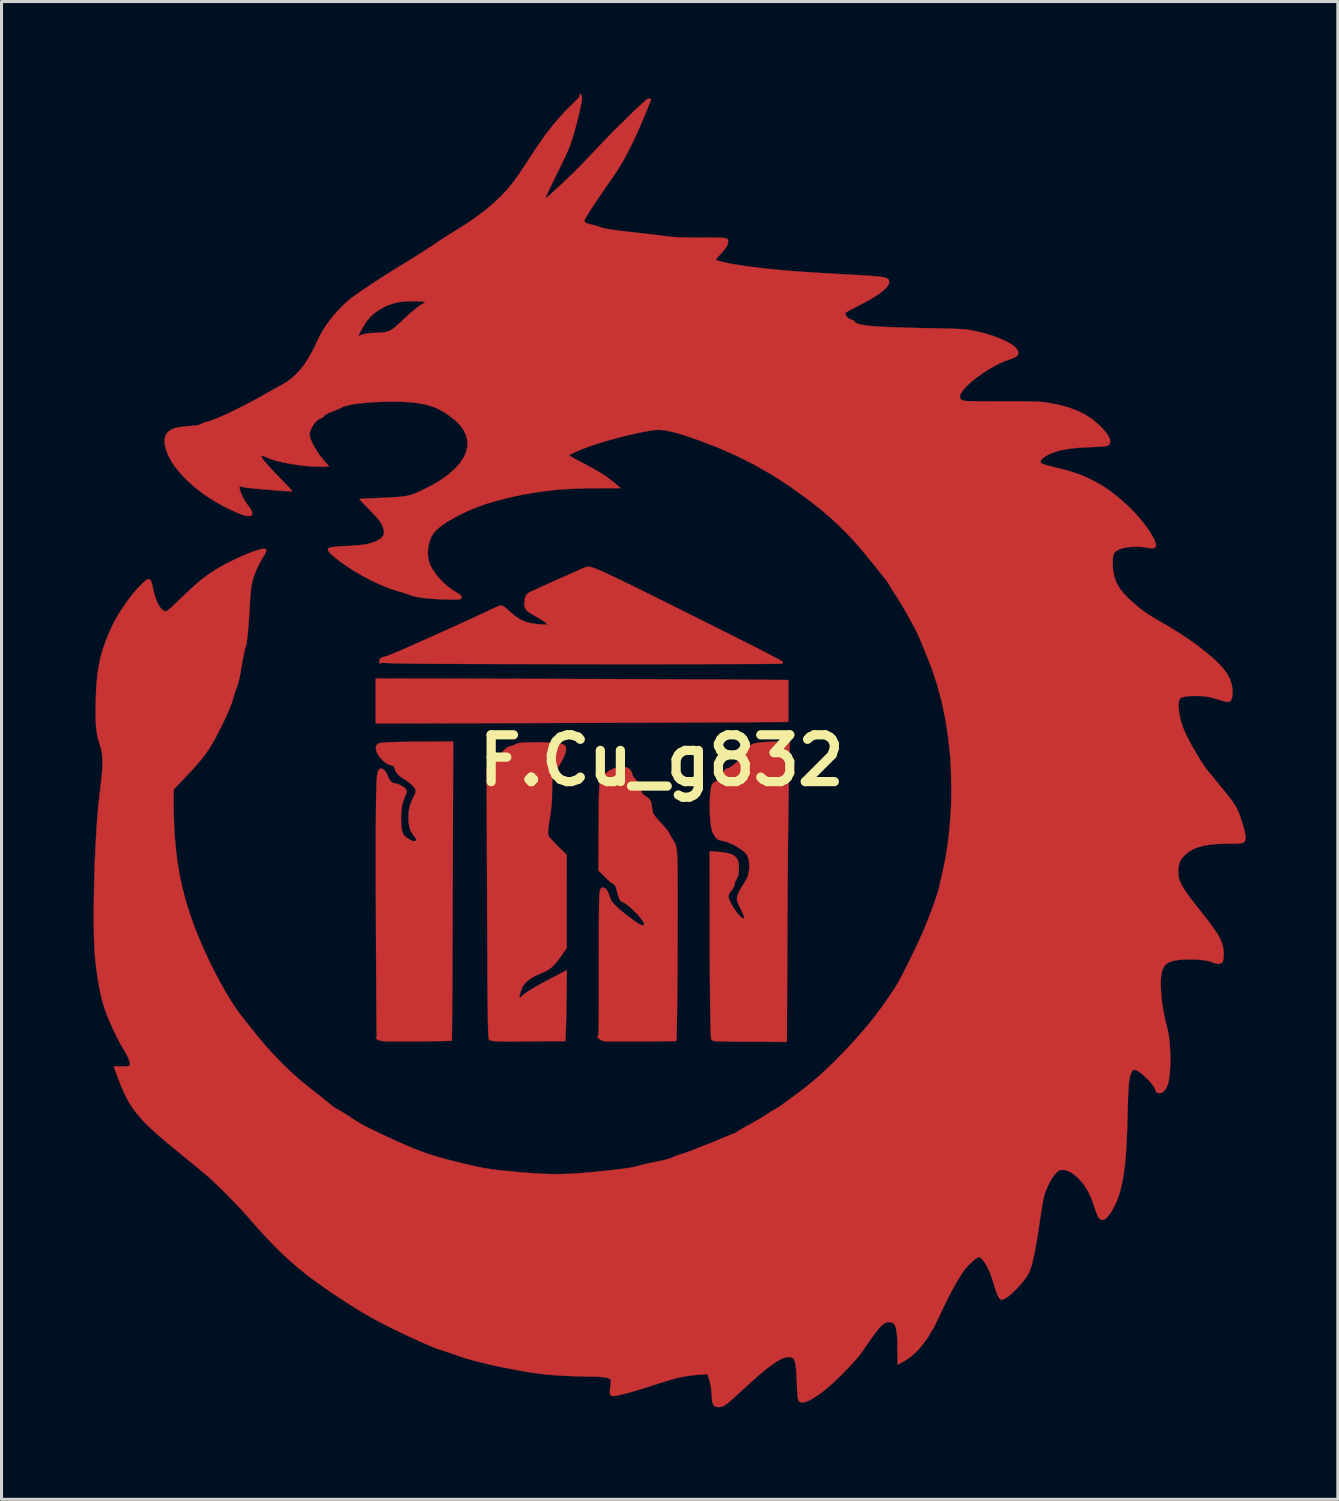
<source format=kicad_pcb>
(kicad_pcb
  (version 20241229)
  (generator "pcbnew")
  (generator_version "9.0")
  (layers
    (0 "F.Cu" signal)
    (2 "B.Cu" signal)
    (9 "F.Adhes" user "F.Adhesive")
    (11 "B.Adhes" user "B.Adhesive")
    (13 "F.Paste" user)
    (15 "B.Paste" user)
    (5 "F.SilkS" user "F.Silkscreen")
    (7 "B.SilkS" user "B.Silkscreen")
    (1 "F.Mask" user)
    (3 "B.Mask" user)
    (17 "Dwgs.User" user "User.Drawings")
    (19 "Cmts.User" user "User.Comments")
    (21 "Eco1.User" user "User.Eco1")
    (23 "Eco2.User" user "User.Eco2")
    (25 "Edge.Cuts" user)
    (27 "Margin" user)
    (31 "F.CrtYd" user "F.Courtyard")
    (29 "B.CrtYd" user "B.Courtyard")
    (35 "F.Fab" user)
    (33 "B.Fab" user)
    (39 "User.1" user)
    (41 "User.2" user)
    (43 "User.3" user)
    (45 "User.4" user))
  (footprint "F.Cu_g832"
    (layer "F.Cu")
    (at 18.499 21.718)
    (property "Reference" "F.Cu_g832" (at 0 0 0) (layer "F.SilkS") (effects (font (size 1.524 1.524) (thickness 0.3))))
    (attr through_hole)
    (fp_poly (pts (xy -4.228 -2.657) (xy -3.743 -2.656) (xy -3.256 -2.654) (xy -2.769 -2.653) (xy -2.287 -2.652) (xy -1.81 -2.65) (xy -1.343 -2.649) (xy -0.887 -2.647) (xy -0.446 -2.646) (xy -0.021 -2.644) (xy 0.383 -2.643) (xy 0.765 -2.641) (xy 1.122 -2.64) (xy 1.451 -2.638) (xy 1.75 -2.637) (xy 2.015 -2.635) (xy 2.244 -2.634) (xy 2.435 -2.633) (xy 2.492 -2.632) (xy 4.128 -2.62) (xy 4.128 -1.254) (xy 1.815 -1.241) (xy 1.552 -1.24) (xy 1.251 -1.238) (xy 0.914 -1.237) (xy 0.546 -1.235) (xy 0.15 -1.234) (xy -0.27 -1.232) (xy -0.711 -1.23) (xy -1.169 -1.229) (xy -1.64 -1.227) (xy -2.122 -1.225) (xy -2.609 -1.224) (xy -3.1 -1.222) (xy -3.589 -1.221) (xy -4.074 -1.219) (xy -4.551 -1.218) (xy -4.905 -1.217) (xy -9.313 -1.206) (xy -9.313 -2.669) (xy -4.228 -2.657)) (stroke (width 0.01) (type solid)) (fill yes) (layer "F.Cu"))
    (fp_poly (pts (xy -3.94 -0.589) (xy -3.777 -0.585) (xy -3.632 -0.579) (xy -3.562 -0.575) (xy -3.41 -0.561) (xy -3.295 -0.544) (xy -3.214 -0.523) (xy -3.16 -0.498) (xy -3.13 -0.465) (xy -3.125 -0.454) (xy -3.111 -0.367) (xy -3.13 -0.257) (xy -3.18 -0.122) (xy -3.262 0.038) (xy -3.372 0.216) (xy -3.433 0.309) (xy -3.479 0.383) (xy -3.513 0.445) (xy -3.536 0.505) (xy -3.551 0.569) (xy -3.56 0.646) (xy -3.564 0.744) (xy -3.566 0.87) (xy -3.567 0.984) (xy -3.57 1.162) (xy -3.575 1.31) (xy -3.584 1.441) (xy -3.597 1.568) (xy -3.616 1.704) (xy -3.629 1.789) (xy -3.656 1.966) (xy -3.677 2.108) (xy -3.691 2.217) (xy -3.698 2.301) (xy -3.7 2.363) (xy -3.696 2.41) (xy -3.687 2.445) (xy -3.677 2.467) (xy -3.652 2.502) (xy -3.602 2.56) (xy -3.533 2.635) (xy -3.449 2.722) (xy -3.368 2.804) (xy -3.09 3.079) (xy -3.091 6.107) (xy -3.23 6.308) (xy -3.343 6.465) (xy -3.442 6.591) (xy -3.532 6.69) (xy -3.62 6.769) (xy -3.712 6.831) (xy -3.813 6.884) (xy -3.909 6.924) (xy -4.114 7.014) (xy -4.284 7.114) (xy -4.418 7.222) (xy -4.512 7.336) (xy -4.536 7.378) (xy -4.558 7.431) (xy -4.583 7.506) (xy -4.607 7.589) (xy -4.625 7.665) (xy -4.635 7.719) (xy -4.636 7.728) (xy -4.622 7.731) (xy -4.588 7.708) (xy -4.556 7.68) (xy -4.492 7.624) (xy -4.414 7.565) (xy -4.317 7.5) (xy -4.199 7.427) (xy -4.055 7.344) (xy -3.883 7.249) (xy -3.678 7.14) (xy -3.485 7.038) (xy -3.085 6.831) (xy -3.099 7.771) (xy -3.102 7.975) (xy -3.105 8.175) (xy -3.109 8.364) (xy -3.113 8.536) (xy -3.116 8.685) (xy -3.12 8.807) (xy -3.123 8.895) (xy -3.124 8.927) (xy -3.137 9.144) (xy -3.565 9.144) (xy -3.713 9.144) (xy -3.89 9.145) (xy -4.085 9.147) (xy -4.284 9.149) (xy -4.474 9.151) (xy -4.563 9.153) (xy -4.729 9.154) (xy -4.894 9.155) (xy -5.05 9.154) (xy -5.188 9.153) (xy -5.299 9.15) (xy -5.359 9.147) (xy -5.472 9.138) (xy -5.556 9.126) (xy -5.605 9.111) (xy -5.613 9.106) (xy -5.619 9.097) (xy -5.625 9.08) (xy -5.63 9.055) (xy -5.635 9.019) (xy -5.639 8.972) (xy -5.643 8.91) (xy -5.647 8.834) (xy -5.65 8.74) (xy -5.654 8.628) (xy -5.657 8.496) (xy -5.659 8.343) (xy -5.662 8.166) (xy -5.664 7.964) (xy -5.667 7.736) (xy -5.669 7.48) (xy -5.671 7.194) (xy -5.673 6.876) (xy -5.675 6.526) (xy -5.677 6.142) (xy -5.678 5.721) (xy -5.68 5.263) (xy -5.682 4.765) (xy -5.684 4.286) (xy -5.699 0.222) (xy -5.594 0.143) (xy -5.493 0.057) (xy -5.377 -0.059) (xy -5.243 -0.208) (xy -5.188 -0.274) (xy -5.096 -0.371) (xy -5.01 -0.436) (xy -4.934 -0.464) (xy -4.918 -0.466) (xy -4.874 -0.475) (xy -4.811 -0.5) (xy -4.764 -0.522) (xy -4.724 -0.541) (xy -4.687 -0.556) (xy -4.643 -0.567) (xy -4.588 -0.574) (xy -4.512 -0.579) (xy -4.41 -0.583) (xy -4.273 -0.587) (xy -4.26 -0.587) (xy -4.106 -0.589) (xy -3.94 -0.589)) (stroke (width 0.01) (type solid)) (fill yes) (layer "F.Cu"))
    (fp_poly (pts (xy 4.162 -0.143) (xy 4.154 0.124) (xy 4.148 0.432) (xy 4.141 0.781) (xy 4.135 1.17) (xy 4.129 1.599) (xy 4.123 2.066) (xy 4.117 2.572) (xy 4.112 3.115) (xy 4.108 3.694) (xy 4.103 4.31) (xy 4.099 4.96) (xy 4.095 5.645) (xy 4.094 6.018) (xy 4.079 9.168) (xy 2.934 9.163) (xy 2.715 9.161) (xy 2.507 9.159) (xy 2.314 9.157) (xy 2.141 9.154) (xy 1.991 9.151) (xy 1.868 9.148) (xy 1.777 9.144) (xy 1.723 9.14) (xy 1.711 9.138) (xy 1.656 9.117) (xy 1.621 9.089) (xy 1.619 9.084) (xy 1.612 9.047) (xy 1.606 8.97) (xy 1.601 8.852) (xy 1.596 8.696) (xy 1.591 8.503) (xy 1.586 8.274) (xy 1.582 8.011) (xy 1.579 7.714) (xy 1.576 7.386) (xy 1.573 7.026) (xy 1.571 6.638) (xy 1.569 6.221) (xy 1.568 5.778) (xy 1.568 5.309) (xy 1.568 5.294) (xy 1.566 2.958) (xy 1.783 2.972) (xy 1.986 2.99) (xy 2.15 3.018) (xy 2.279 3.057) (xy 2.376 3.11) (xy 2.445 3.182) (xy 2.489 3.273) (xy 2.512 3.387) (xy 2.516 3.527) (xy 2.515 3.567) (xy 2.509 3.665) (xy 2.5 3.733) (xy 2.485 3.783) (xy 2.461 3.828) (xy 2.449 3.846) (xy 2.414 3.907) (xy 2.394 3.963) (xy 2.391 3.98) (xy 2.38 4.044) (xy 2.35 4.119) (xy 2.313 4.189) (xy 2.277 4.232) (xy 2.223 4.298) (xy 2.188 4.384) (xy 2.18 4.442) (xy 2.192 4.505) (xy 2.226 4.588) (xy 2.275 4.684) (xy 2.337 4.786) (xy 2.404 4.887) (xy 2.474 4.981) (xy 2.541 5.059) (xy 2.601 5.115) (xy 2.648 5.142) (xy 2.658 5.144) (xy 2.682 5.133) (xy 2.685 5.098) (xy 2.668 5.038) (xy 2.63 4.947) (xy 2.569 4.824) (xy 2.569 4.824) (xy 2.508 4.701) (xy 2.47 4.607) (xy 2.452 4.538) (xy 2.45 4.511) (xy 2.465 4.418) (xy 2.512 4.298) (xy 2.588 4.153) (xy 2.683 4.002) (xy 2.755 3.885) (xy 2.802 3.787) (xy 2.83 3.695) (xy 2.83 3.694) (xy 2.854 3.526) (xy 2.855 3.367) (xy 2.834 3.225) (xy 2.793 3.106) (xy 2.746 3.034) (xy 2.654 2.947) (xy 2.532 2.859) (xy 2.394 2.776) (xy 2.25 2.705) (xy 2.114 2.652) (xy 2.012 2.627) (xy 1.933 2.61) (xy 1.865 2.589) (xy 1.83 2.573) (xy 1.756 2.504) (xy 1.69 2.406) (xy 1.643 2.297) (xy 1.618 2.192) (xy 1.597 2.06) (xy 1.582 1.907) (xy 1.572 1.74) (xy 1.567 1.566) (xy 1.568 1.392) (xy 1.574 1.225) (xy 1.585 1.073) (xy 1.601 0.941) (xy 1.622 0.839) (xy 1.648 0.773) (xy 1.692 0.722) (xy 1.749 0.688) (xy 1.749 0.688) (xy 1.81 0.663) (xy 1.856 0.627) (xy 1.898 0.571) (xy 1.943 0.485) (xy 1.948 0.475) (xy 2.008 0.37) (xy 2.07 0.297) (xy 2.132 0.258) (xy 2.16 0.254) (xy 2.201 0.24) (xy 2.264 0.202) (xy 2.341 0.146) (xy 2.424 0.077) (xy 2.505 0.003) (xy 2.555 -0.048) (xy 2.619 -0.124) (xy 2.678 -0.209) (xy 2.717 -0.279) (xy 2.79 -0.403) (xy 2.884 -0.493) (xy 2.972 -0.54) (xy 3.042 -0.56) (xy 3.148 -0.577) (xy 3.286 -0.592) (xy 3.45 -0.603) (xy 3.635 -0.61) (xy 3.834 -0.613) (xy 3.861 -0.613) (xy 4.176 -0.614) (xy 4.162 -0.143)) (stroke (width 0.01) (type solid)) (fill yes) (layer "F.Cu"))
    (fp_poly (pts (xy -2.362 -6.306) (xy -2.33 -6.302) (xy -2.293 -6.294) (xy -2.248 -6.282) (xy -2.195 -6.264) (xy -2.132 -6.24) (xy -2.056 -6.209) (xy -1.967 -6.171) (xy -1.862 -6.124) (xy -1.74 -6.068) (xy -1.599 -6.001) (xy -1.438 -5.924) (xy -1.254 -5.836) (xy -1.047 -5.735) (xy -0.815 -5.62) (xy -0.555 -5.492) (xy -0.267 -5.349) (xy 0.052 -5.191) (xy 0.402 -5.016) (xy 0.787 -4.824) (xy 1.207 -4.614) (xy 1.415 -4.51) (xy 1.792 -4.322) (xy 2.132 -4.151) (xy 2.438 -3.997) (xy 2.71 -3.86) (xy 2.951 -3.739) (xy 3.161 -3.632) (xy 3.343 -3.539) (xy 3.498 -3.46) (xy 3.627 -3.392) (xy 3.732 -3.337) (xy 3.814 -3.292) (xy 3.876 -3.257) (xy 3.918 -3.232) (xy 3.942 -3.214) (xy 3.95 -3.205) (xy 3.949 -3.204) (xy 3.938 -3.164) (xy 3.937 -3.152) (xy 3.916 -3.15) (xy 3.855 -3.149) (xy 3.756 -3.147) (xy 3.62 -3.146) (xy 3.45 -3.145) (xy 3.248 -3.143) (xy 3.016 -3.142) (xy 2.756 -3.141) (xy 2.47 -3.14) (xy 2.159 -3.139) (xy 1.827 -3.139) (xy 1.475 -3.138) (xy 1.104 -3.137) (xy 0.718 -3.137) (xy 0.318 -3.137) (xy -0.094 -3.136) (xy -0.515 -3.136) (xy -0.945 -3.136) (xy -1.38 -3.136) (xy -1.819 -3.136) (xy -2.259 -3.137) (xy -2.699 -3.137) (xy -3.137 -3.137) (xy -3.57 -3.138) (xy -3.997 -3.138) (xy -4.416 -3.139) (xy -4.823 -3.14) (xy -5.219 -3.14) (xy -5.599 -3.141) (xy -5.963 -3.142) (xy -6.309 -3.143) (xy -6.633 -3.145) (xy -6.935 -3.146) (xy -7.212 -3.147) (xy -7.463 -3.149) (xy -7.684 -3.15) (xy -7.875 -3.152) (xy -8.033 -3.153) (xy -8.155 -3.155) (xy -8.347 -3.159) (xy -8.527 -3.162) (xy -8.69 -3.166) (xy -8.831 -3.17) (xy -8.946 -3.174) (xy -9.031 -3.178) (xy -9.08 -3.181) (xy -9.091 -3.182) (xy -9.125 -3.182) (xy -9.134 -3.174) (xy -9.158 -3.152) (xy -9.179 -3.163) (xy -9.191 -3.196) (xy -9.193 -3.243) (xy -9.181 -3.292) (xy -9.177 -3.3) (xy -9.131 -3.349) (xy -9.089 -3.361) (xy -9.049 -3.37) (xy -8.979 -3.393) (xy -8.886 -3.426) (xy -8.78 -3.467) (xy -8.722 -3.49) (xy -8.639 -3.524) (xy -8.523 -3.574) (xy -8.376 -3.638) (xy -8.204 -3.714) (xy -8.011 -3.799) (xy -7.801 -3.893) (xy -7.578 -3.992) (xy -7.348 -4.096) (xy -7.113 -4.201) (xy -6.879 -4.307) (xy -6.65 -4.411) (xy -6.43 -4.511) (xy -6.224 -4.605) (xy -6.035 -4.692) (xy -5.868 -4.769) (xy -5.728 -4.834) (xy -5.619 -4.886) (xy -5.608 -4.892) (xy -5.477 -4.954) (xy -5.378 -4.999) (xy -5.306 -5.028) (xy -5.254 -5.044) (xy -5.218 -5.049) (xy -5.198 -5.047) (xy -5.16 -5.027) (xy -5.101 -4.984) (xy -5.027 -4.923) (xy -4.947 -4.851) (xy -4.94 -4.845) (xy -4.772 -4.702) (xy -4.605 -4.593) (xy -4.43 -4.515) (xy -4.237 -4.464) (xy -4.019 -4.435) (xy -3.948 -4.431) (xy -3.715 -4.419) (xy -3.775 -4.483) (xy -3.817 -4.518) (xy -3.887 -4.566) (xy -3.975 -4.621) (xy -4.071 -4.677) (xy -4.071 -4.677) (xy -4.204 -4.752) (xy -4.304 -4.814) (xy -4.375 -4.867) (xy -4.422 -4.918) (xy -4.45 -4.972) (xy -4.464 -5.034) (xy -4.469 -5.109) (xy -4.469 -5.131) (xy -4.456 -5.266) (xy -4.418 -5.37) (xy -4.354 -5.444) (xy -4.332 -5.459) (xy -4.29 -5.481) (xy -4.215 -5.517) (xy -4.111 -5.566) (xy -3.983 -5.626) (xy -3.835 -5.692) (xy -3.674 -5.765) (xy -3.504 -5.841) (xy -3.33 -5.918) (xy -3.157 -5.994) (xy -3.088 -6.024) (xy -2.966 -6.077) (xy -2.845 -6.131) (xy -2.737 -6.18) (xy -2.651 -6.221) (xy -2.62 -6.236) (xy -2.5 -6.287) (xy -2.402 -6.307) (xy -2.39 -6.308) (xy -2.362 -6.306)) (stroke (width 0.01) (type solid)) (fill yes) (layer "F.Cu"))
    (fp_poly (pts (xy -6.804 4.249) (xy -6.806 4.7) (xy -6.807 5.14) (xy -6.809 5.566) (xy -6.811 5.978) (xy -6.812 6.373) (xy -6.814 6.749) (xy -6.816 7.104) (xy -6.818 7.438) (xy -6.82 7.746) (xy -6.821 8.029) (xy -6.823 8.284) (xy -6.825 8.508) (xy -6.827 8.701) (xy -6.828 8.86) (xy -6.83 8.984) (xy -6.831 9.07) (xy -6.833 9.117) (xy -6.834 9.125) (xy -6.857 9.129) (xy -6.919 9.132) (xy -7.013 9.135) (xy -7.134 9.138) (xy -7.279 9.141) (xy -7.441 9.144) (xy -7.616 9.146) (xy -7.799 9.148) (xy -7.986 9.15) (xy -8.171 9.151) (xy -8.349 9.151) (xy -8.516 9.151) (xy -8.667 9.151) (xy -8.796 9.15) (xy -8.899 9.148) (xy -8.971 9.146) (xy -8.976 9.146) (xy -9.078 9.139) (xy -9.148 9.131) (xy -9.197 9.12) (xy -9.233 9.102) (xy -9.268 9.076) (xy -9.269 9.075) (xy -9.308 9.038) (xy -9.314 9.02) (xy -9.302 9.017) (xy -9.284 9.012) (xy -9.275 8.993) (xy -9.273 8.95) (xy -9.277 8.875) (xy -9.279 8.853) (xy -9.28 8.814) (xy -9.282 8.735) (xy -9.283 8.618) (xy -9.285 8.466) (xy -9.287 8.281) (xy -9.289 8.066) (xy -9.29 7.822) (xy -9.292 7.553) (xy -9.294 7.26) (xy -9.296 6.945) (xy -9.298 6.612) (xy -9.3 6.263) (xy -9.301 5.899) (xy -9.303 5.524) (xy -9.304 5.207) (xy -9.306 4.649) (xy -9.308 4.132) (xy -9.309 3.654) (xy -9.309 3.215) (xy -9.309 2.813) (xy -9.308 2.447) (xy -9.307 2.116) (xy -9.305 1.817) (xy -9.302 1.551) (xy -9.299 1.315) (xy -9.295 1.108) (xy -9.29 0.929) (xy -9.285 0.777) (xy -9.279 0.651) (xy -9.273 0.548) (xy -9.265 0.468) (xy -9.257 0.41) (xy -9.25 0.376) (xy -9.215 0.304) (xy -9.167 0.268) (xy -9.111 0.266) (xy -9.052 0.297) (xy -8.995 0.358) (xy -8.945 0.446) (xy -8.921 0.508) (xy -8.878 0.605) (xy -8.824 0.681) (xy -8.763 0.728) (xy -8.715 0.741) (xy -8.637 0.753) (xy -8.549 0.784) (xy -8.462 0.83) (xy -8.385 0.883) (xy -8.328 0.939) (xy -8.299 0.991) (xy -8.297 1.004) (xy -8.306 1.04) (xy -8.327 1.103) (xy -8.358 1.178) (xy -8.362 1.189) (xy -8.418 1.334) (xy -8.456 1.482) (xy -8.478 1.644) (xy -8.487 1.832) (xy -8.487 1.884) (xy -8.482 2.07) (xy -8.465 2.224) (xy -8.438 2.342) (xy -8.402 2.422) (xy -8.39 2.437) (xy -8.332 2.49) (xy -8.256 2.545) (xy -8.178 2.593) (xy -8.112 2.623) (xy -8.107 2.625) (xy -8.039 2.629) (xy -8.009 2.615) (xy -7.991 2.602) (xy -7.983 2.59) (xy -7.987 2.572) (xy -8.006 2.541) (xy -8.044 2.489) (xy -8.102 2.412) (xy -8.166 2.308) (xy -8.209 2.189) (xy -8.234 2.046) (xy -8.243 1.871) (xy -8.243 1.863) (xy -8.239 1.704) (xy -8.222 1.569) (xy -8.19 1.444) (xy -8.138 1.312) (xy -8.091 1.214) (xy -8.045 1.116) (xy -8.018 1.046) (xy -8.007 0.997) (xy -8.01 0.963) (xy -8.037 0.909) (xy -8.092 0.841) (xy -8.165 0.768) (xy -8.246 0.699) (xy -8.327 0.643) (xy -8.359 0.625) (xy -8.478 0.553) (xy -8.576 0.47) (xy -8.647 0.382) (xy -8.68 0.31) (xy -8.705 0.234) (xy -8.735 0.19) (xy -8.78 0.166) (xy -8.817 0.157) (xy -8.92 0.12) (xy -9.025 0.051) (xy -9.126 -0.042) (xy -9.212 -0.151) (xy -9.275 -0.266) (xy -9.281 -0.282) (xy -9.308 -0.384) (xy -9.3 -0.465) (xy -9.258 -0.526) (xy -9.245 -0.536) (xy -9.22 -0.552) (xy -9.189 -0.563) (xy -9.144 -0.573) (xy -9.08 -0.58) (xy -8.99 -0.586) (xy -8.867 -0.592) (xy -8.79 -0.595) (xy -8.673 -0.599) (xy -8.522 -0.602) (xy -8.345 -0.605) (xy -8.15 -0.608) (xy -7.946 -0.61) (xy -7.74 -0.612) (xy -7.591 -0.612) (xy -6.789 -0.614) (xy -6.804 4.249)) (stroke (width 0.01) (type solid)) (fill yes) (layer "F.Cu"))
    (fp_poly (pts (xy -1.167 0.22) (xy -1.105 0.241) (xy -1.048 0.28) (xy -1.039 0.288) (xy -0.983 0.356) (xy -0.96 0.431) (xy -0.943 0.492) (xy -0.907 0.55) (xy -0.845 0.619) (xy -0.841 0.623) (xy -0.75 0.727) (xy -0.697 0.825) (xy -0.677 0.922) (xy -0.677 0.932) (xy -0.659 1.028) (xy -0.603 1.109) (xy -0.507 1.177) (xy -0.507 1.178) (xy -0.429 1.229) (xy -0.376 1.289) (xy -0.342 1.368) (xy -0.322 1.477) (xy -0.317 1.514) (xy -0.305 1.602) (xy -0.285 1.685) (xy -0.267 1.739) (xy -0.239 1.782) (xy -0.189 1.847) (xy -0.121 1.927) (xy -0.043 2.015) (xy -0.008 2.052) (xy 0.083 2.153) (xy 0.161 2.245) (xy 0.219 2.323) (xy 0.253 2.378) (xy 0.254 2.381) (xy 0.289 2.452) (xy 0.337 2.534) (xy 0.368 2.582) (xy 0.409 2.645) (xy 0.44 2.705) (xy 0.463 2.77) (xy 0.48 2.849) (xy 0.493 2.949) (xy 0.504 3.079) (xy 0.51 3.154) (xy 0.513 3.219) (xy 0.515 3.321) (xy 0.517 3.456) (xy 0.519 3.621) (xy 0.52 3.814) (xy 0.521 4.031) (xy 0.522 4.27) (xy 0.522 4.528) (xy 0.522 4.801) (xy 0.522 5.087) (xy 0.521 5.384) (xy 0.52 5.687) (xy 0.519 5.995) (xy 0.517 6.304) (xy 0.516 6.612) (xy 0.514 6.914) (xy 0.512 7.21) (xy 0.509 7.495) (xy 0.507 7.767) (xy 0.504 8.022) (xy 0.501 8.259) (xy 0.498 8.473) (xy 0.495 8.663) (xy 0.492 8.824) (xy 0.489 8.955) (xy 0.485 9.053) (xy 0.482 9.114) (xy 0.478 9.135) (xy 0.451 9.137) (xy 0.386 9.14) (xy 0.288 9.142) (xy 0.163 9.144) (xy 0.014 9.146) (xy -0.154 9.147) (xy -0.335 9.149) (xy -0.526 9.15) (xy -0.72 9.151) (xy -0.914 9.151) (xy -1.103 9.151) (xy -1.281 9.151) (xy -1.445 9.151) (xy -1.589 9.15) (xy -1.709 9.149) (xy -1.8 9.148) (xy -1.857 9.146) (xy -1.873 9.144) (xy -1.972 9.11) (xy -2.054 9.049) (xy -2.071 9.031) (xy -2.102 8.996) (xy -2.103 8.984) (xy -2.082 8.988) (xy -2.076 8.988) (xy -2.07 8.985) (xy -2.066 8.976) (xy -2.061 8.958) (xy -2.058 8.929) (xy -2.054 8.888) (xy -2.052 8.831) (xy -2.049 8.756) (xy -2.048 8.662) (xy -2.046 8.544) (xy -2.045 8.403) (xy -2.044 8.234) (xy -2.043 8.036) (xy -2.043 7.806) (xy -2.043 7.543) (xy -2.043 7.243) (xy -2.043 6.905) (xy -2.043 6.674) (xy -2.043 6.298) (xy -2.042 5.963) (xy -2.042 5.665) (xy -2.042 5.402) (xy -2.041 5.173) (xy -2.039 4.974) (xy -2.037 4.804) (xy -2.035 4.66) (xy -2.031 4.54) (xy -2.027 4.442) (xy -2.022 4.363) (xy -2.017 4.3) (xy -2.01 4.253) (xy -2.001 4.217) (xy -1.992 4.192) (xy -1.981 4.174) (xy -1.969 4.162) (xy -1.956 4.153) (xy -1.947 4.148) (xy -1.889 4.139) (xy -1.831 4.168) (xy -1.776 4.235) (xy -1.725 4.335) (xy -1.691 4.432) (xy -1.668 4.503) (xy -1.643 4.559) (xy -1.608 4.611) (xy -1.556 4.669) (xy -1.485 4.742) (xy -1.399 4.821) (xy -1.291 4.914) (xy -1.169 5.013) (xy -1.043 5.11) (xy -0.923 5.2) (xy -0.816 5.274) (xy -0.738 5.323) (xy -0.657 5.363) (xy -0.605 5.375) (xy -0.577 5.357) (xy -0.572 5.325) (xy -0.587 5.274) (xy -0.631 5.203) (xy -0.696 5.118) (xy -0.778 5.024) (xy -0.87 4.928) (xy -0.966 4.835) (xy -1.061 4.751) (xy -1.15 4.681) (xy -1.225 4.633) (xy -1.278 4.612) (xy -1.332 4.58) (xy -1.379 4.508) (xy -1.419 4.399) (xy -1.429 4.36) (xy -1.456 4.246) (xy -1.478 4.165) (xy -1.497 4.11) (xy -1.517 4.073) (xy -1.542 4.048) (xy -1.576 4.025) (xy -1.593 4.014) (xy -1.644 3.978) (xy -1.714 3.919) (xy -1.794 3.846) (xy -1.869 3.773) (xy -2.055 3.585) (xy -2.048 2.179) (xy -2.047 1.886) (xy -2.045 1.632) (xy -2.044 1.414) (xy -2.041 1.229) (xy -2.038 1.074) (xy -2.033 0.945) (xy -2.027 0.84) (xy -2.019 0.755) (xy -2.008 0.687) (xy -1.994 0.634) (xy -1.977 0.591) (xy -1.957 0.556) (xy -1.933 0.525) (xy -1.905 0.496) (xy -1.872 0.465) (xy -1.852 0.447) (xy -1.703 0.33) (xy -1.542 0.254) (xy -1.37 0.218) (xy -1.353 0.216) (xy -1.246 0.212) (xy -1.167 0.22)) (stroke (width 0.01) (type solid)) (fill yes) (layer "F.Cu"))
    (fp_poly (pts (xy -2.625 -21.684) (xy -2.606 -21.632) (xy -2.597 -21.596) (xy -2.594 -21.557) (xy -2.597 -21.507) (xy -2.608 -21.439) (xy -2.627 -21.345) (xy -2.655 -21.217) (xy -2.656 -21.213) (xy -2.714 -20.961) (xy -2.777 -20.712) (xy -2.842 -20.475) (xy -2.906 -20.26) (xy -2.966 -20.076) (xy -2.978 -20.041) (xy -3.008 -19.966) (xy -3.054 -19.859) (xy -3.112 -19.73) (xy -3.18 -19.583) (xy -3.255 -19.427) (xy -3.333 -19.268) (xy -3.351 -19.23) (xy -3.467 -18.997) (xy -3.563 -18.8) (xy -3.641 -18.638) (xy -3.701 -18.51) (xy -3.744 -18.415) (xy -3.769 -18.351) (xy -3.778 -18.317) (xy -3.777 -18.312) (xy -3.759 -18.322) (xy -3.716 -18.356) (xy -3.654 -18.409) (xy -3.578 -18.477) (xy -3.551 -18.501) (xy -3.325 -18.71) (xy -3.124 -18.898) (xy -2.941 -19.072) (xy -2.77 -19.241) (xy -2.604 -19.41) (xy -2.435 -19.586) (xy -2.256 -19.777) (xy -2.253 -19.78) (xy -1.599 -20.463) (xy -0.919 -21.13) (xy -0.735 -21.303) (xy -0.633 -21.398) (xy -0.556 -21.467) (xy -0.5 -21.515) (xy -0.461 -21.543) (xy -0.433 -21.556) (xy -0.411 -21.558) (xy -0.392 -21.552) (xy -0.34 -21.528) (xy -0.486 -21.173) (xy -0.585 -20.932) (xy -0.673 -20.723) (xy -0.754 -20.537) (xy -0.83 -20.367) (xy -0.907 -20.203) (xy -0.986 -20.039) (xy -1.02 -19.971) (xy -1.126 -19.764) (xy -1.226 -19.579) (xy -1.327 -19.404) (xy -1.436 -19.229) (xy -1.559 -19.043) (xy -1.685 -18.86) (xy -1.872 -18.59) (xy -2.034 -18.354) (xy -2.172 -18.15) (xy -2.286 -17.977) (xy -2.377 -17.834) (xy -2.445 -17.721) (xy -2.491 -17.636) (xy -2.515 -17.579) (xy -2.519 -17.548) (xy -2.515 -17.544) (xy -2.469 -17.515) (xy -2.422 -17.493) (xy -2.361 -17.473) (xy -2.275 -17.451) (xy -2.234 -17.441) (xy -2.143 -17.418) (xy -2.061 -17.394) (xy -2.002 -17.373) (xy -1.99 -17.367) (xy -1.932 -17.347) (xy -1.834 -17.324) (xy -1.697 -17.3) (xy -1.523 -17.274) (xy -1.315 -17.246) (xy -1.073 -17.217) (xy -0.9 -17.198) (xy -0.722 -17.178) (xy -0.527 -17.156) (xy -0.328 -17.133) (xy -0.14 -17.11) (xy 0.023 -17.089) (xy 0.042 -17.086) (xy 0.158 -17.072) (xy 0.259 -17.06) (xy 0.353 -17.05) (xy 0.446 -17.043) (xy 0.545 -17.037) (xy 0.655 -17.034) (xy 0.783 -17.031) (xy 0.936 -17.03) (xy 1.12 -17.029) (xy 1.285 -17.029) (xy 1.502 -17.029) (xy 1.68 -17.028) (xy 1.823 -17.027) (xy 1.935 -17.023) (xy 2.02 -17.018) (xy 2.081 -17.009) (xy 2.122 -16.996) (xy 2.148 -16.98) (xy 2.161 -16.958) (xy 2.166 -16.931) (xy 2.166 -16.898) (xy 2.165 -16.88) (xy 2.153 -16.815) (xy 2.118 -16.741) (xy 2.057 -16.653) (xy 1.968 -16.547) (xy 1.898 -16.471) (xy 1.83 -16.396) (xy 1.789 -16.346) (xy 1.773 -16.314) (xy 1.779 -16.298) (xy 1.78 -16.298) (xy 1.835 -16.276) (xy 1.927 -16.25) (xy 2.049 -16.221) (xy 2.196 -16.191) (xy 2.363 -16.16) (xy 2.543 -16.13) (xy 2.73 -16.102) (xy 2.91 -16.077) (xy 3.123 -16.051) (xy 3.331 -16.027) (xy 3.538 -16.004) (xy 3.748 -15.983) (xy 3.967 -15.963) (xy 4.197 -15.944) (xy 4.443 -15.925) (xy 4.71 -15.906) (xy 5.002 -15.888) (xy 5.322 -15.868) (xy 5.675 -15.848) (xy 6.066 -15.826) (xy 6.142 -15.822) (xy 6.4 -15.808) (xy 6.62 -15.795) (xy 6.804 -15.782) (xy 6.956 -15.77) (xy 7.078 -15.758) (xy 7.176 -15.746) (xy 7.25 -15.732) (xy 7.306 -15.717) (xy 7.347 -15.699) (xy 7.375 -15.679) (xy 7.394 -15.656) (xy 7.401 -15.643) (xy 7.414 -15.571) (xy 7.386 -15.489) (xy 7.318 -15.398) (xy 7.211 -15.296) (xy 7.065 -15.186) (xy 6.88 -15.067) (xy 6.658 -14.94) (xy 6.426 -14.819) (xy 6.308 -14.759) (xy 6.201 -14.703) (xy 6.112 -14.655) (xy 6.047 -14.618) (xy 6.012 -14.595) (xy 6.011 -14.594) (xy 5.984 -14.563) (xy 5.986 -14.531) (xy 5.999 -14.502) (xy 6.061 -14.418) (xy 6.145 -14.37) (xy 6.175 -14.362) (xy 6.237 -14.336) (xy 6.284 -14.297) (xy 6.317 -14.262) (xy 6.362 -14.235) (xy 6.425 -14.212) (xy 6.514 -14.192) (xy 6.629 -14.172) (xy 6.733 -14.158) (xy 6.868 -14.145) (xy 7.035 -14.132) (xy 7.235 -14.121) (xy 7.47 -14.111) (xy 7.741 -14.101) (xy 8.05 -14.092) (xy 8.398 -14.084) (xy 8.774 -14.076) (xy 9.021 -14.071) (xy 9.231 -14.066) (xy 9.408 -14.062) (xy 9.554 -14.057) (xy 9.676 -14.052) (xy 9.777 -14.047) (xy 9.862 -14.041) (xy 9.935 -14.033) (xy 10 -14.025) (xy 10.062 -14.015) (xy 10.075 -14.013) (xy 10.31 -13.965) (xy 10.539 -13.906) (xy 10.757 -13.84) (xy 10.961 -13.766) (xy 11.144 -13.688) (xy 11.304 -13.608) (xy 11.434 -13.527) (xy 11.53 -13.447) (xy 11.579 -13.386) (xy 11.615 -13.307) (xy 11.615 -13.239) (xy 11.578 -13.18) (xy 11.502 -13.128) (xy 11.386 -13.081) (xy 11.351 -13.069) (xy 11.187 -13.011) (xy 11.015 -12.936) (xy 10.838 -12.845) (xy 10.661 -12.743) (xy 10.487 -12.632) (xy 10.321 -12.516) (xy 10.166 -12.397) (xy 10.028 -12.28) (xy 9.91 -12.166) (xy 9.816 -12.059) (xy 9.751 -11.962) (xy 9.719 -11.878) (xy 9.716 -11.849) (xy 9.726 -11.79) (xy 9.762 -11.749) (xy 9.811 -11.722) (xy 9.834 -11.716) (xy 9.873 -11.711) (xy 9.932 -11.706) (xy 10.013 -11.703) (xy 10.12 -11.7) (xy 10.255 -11.698) (xy 10.421 -11.696) (xy 10.622 -11.695) (xy 10.859 -11.695) (xy 11.081 -11.694) (xy 11.346 -11.694) (xy 11.572 -11.694) (xy 11.764 -11.693) (xy 11.926 -11.691) (xy 12.062 -11.689) (xy 12.174 -11.686) (xy 12.269 -11.682) (xy 12.349 -11.678) (xy 12.418 -11.672) (xy 12.48 -11.665) (xy 12.541 -11.657) (xy 12.541 -11.657) (xy 12.896 -11.592) (xy 13.215 -11.509) (xy 13.503 -11.406) (xy 13.763 -11.281) (xy 14 -11.131) (xy 14.216 -10.956) (xy 14.342 -10.834) (xy 14.464 -10.696) (xy 14.55 -10.573) (xy 14.599 -10.466) (xy 14.611 -10.375) (xy 14.585 -10.302) (xy 14.573 -10.287) (xy 14.556 -10.27) (xy 14.534 -10.256) (xy 14.504 -10.245) (xy 14.46 -10.236) (xy 14.398 -10.228) (xy 14.312 -10.222) (xy 14.198 -10.215) (xy 14.05 -10.208) (xy 13.906 -10.203) (xy 13.632 -10.188) (xy 13.394 -10.167) (xy 13.186 -10.139) (xy 13.003 -10.103) (xy 12.839 -10.057) (xy 12.688 -10.001) (xy 12.584 -9.954) (xy 12.498 -9.904) (xy 12.423 -9.847) (xy 12.369 -9.792) (xy 12.342 -9.744) (xy 12.34 -9.733) (xy 12.345 -9.709) (xy 12.361 -9.688) (xy 12.393 -9.667) (xy 12.445 -9.644) (xy 12.522 -9.62) (xy 12.627 -9.591) (xy 12.765 -9.557) (xy 12.94 -9.515) (xy 12.953 -9.512) (xy 13.316 -9.416) (xy 13.649 -9.301) (xy 13.96 -9.165) (xy 14.261 -9.003) (xy 14.439 -8.893) (xy 14.683 -8.721) (xy 14.925 -8.528) (xy 15.158 -8.319) (xy 15.379 -8.1) (xy 15.581 -7.875) (xy 15.761 -7.65) (xy 15.912 -7.431) (xy 16.03 -7.222) (xy 16.048 -7.184) (xy 16.09 -7.076) (xy 16.1 -6.996) (xy 16.077 -6.942) (xy 16.022 -6.914) (xy 15.932 -6.911) (xy 15.822 -6.929) (xy 15.666 -6.953) (xy 15.498 -6.963) (xy 15.326 -6.958) (xy 15.162 -6.941) (xy 15.014 -6.911) (xy 14.892 -6.869) (xy 14.84 -6.843) (xy 14.782 -6.8) (xy 14.74 -6.751) (xy 14.713 -6.688) (xy 14.698 -6.603) (xy 14.692 -6.488) (xy 14.691 -6.424) (xy 14.703 -6.195) (xy 14.742 -5.988) (xy 14.81 -5.797) (xy 14.912 -5.616) (xy 15.048 -5.44) (xy 15.224 -5.261) (xy 15.246 -5.241) (xy 15.406 -5.098) (xy 15.547 -4.978) (xy 15.68 -4.874) (xy 15.815 -4.779) (xy 15.963 -4.685) (xy 16.132 -4.584) (xy 16.192 -4.549) (xy 16.557 -4.336) (xy 16.886 -4.131) (xy 17.186 -3.932) (xy 17.46 -3.736) (xy 17.713 -3.539) (xy 17.929 -3.357) (xy 18.123 -3.177) (xy 18.28 -3.009) (xy 18.402 -2.848) (xy 18.492 -2.691) (xy 18.552 -2.534) (xy 18.584 -2.383) (xy 18.595 -2.239) (xy 18.591 -2.113) (xy 18.571 -2.013) (xy 18.536 -1.945) (xy 18.53 -1.938) (xy 18.498 -1.917) (xy 18.454 -1.908) (xy 18.391 -1.913) (xy 18.304 -1.932) (xy 18.185 -1.966) (xy 18.149 -1.978) (xy 18.039 -2.011) (xy 17.927 -2.041) (xy 17.83 -2.065) (xy 17.78 -2.075) (xy 17.68 -2.088) (xy 17.557 -2.097) (xy 17.421 -2.1) (xy 17.286 -2.1) (xy 17.163 -2.094) (xy 17.064 -2.084) (xy 17.025 -2.076) (xy 16.947 -2.053) (xy 16.894 -2.024) (xy 16.862 -1.98) (xy 16.845 -1.913) (xy 16.839 -1.816) (xy 16.839 -1.76) (xy 16.856 -1.542) (xy 16.903 -1.314) (xy 16.983 -1.069) (xy 17.009 -1.002) (xy 17.067 -0.871) (xy 17.143 -0.717) (xy 17.233 -0.548) (xy 17.332 -0.371) (xy 17.436 -0.194) (xy 17.54 -0.024) (xy 17.641 0.132) (xy 17.733 0.265) (xy 17.812 0.368) (xy 17.821 0.379) (xy 17.867 0.433) (xy 17.935 0.515) (xy 18.019 0.617) (xy 18.115 0.734) (xy 18.217 0.859) (xy 18.308 0.971) (xy 18.431 1.125) (xy 18.531 1.253) (xy 18.611 1.362) (xy 18.676 1.46) (xy 18.729 1.552) (xy 18.774 1.647) (xy 18.816 1.75) (xy 18.858 1.868) (xy 18.899 1.997) (xy 18.955 2.181) (xy 18.994 2.33) (xy 19.015 2.448) (xy 19.02 2.538) (xy 19.007 2.605) (xy 18.977 2.651) (xy 18.931 2.682) (xy 18.918 2.687) (xy 18.875 2.694) (xy 18.797 2.701) (xy 18.692 2.706) (xy 18.567 2.709) (xy 18.459 2.709) (xy 18.166 2.716) (xy 17.91 2.736) (xy 17.687 2.771) (xy 17.493 2.82) (xy 17.325 2.887) (xy 17.178 2.97) (xy 17.061 3.062) (xy 16.948 3.185) (xy 16.874 3.319) (xy 16.835 3.471) (xy 16.828 3.589) (xy 16.83 3.679) (xy 16.838 3.763) (xy 16.853 3.845) (xy 16.879 3.928) (xy 16.917 4.015) (xy 16.968 4.111) (xy 17.036 4.22) (xy 17.121 4.344) (xy 17.227 4.488) (xy 17.355 4.655) (xy 17.507 4.849) (xy 17.593 4.957) (xy 17.748 5.154) (xy 17.877 5.324) (xy 17.984 5.472) (xy 18.071 5.6) (xy 18.14 5.714) (xy 18.194 5.817) (xy 18.235 5.915) (xy 18.267 6.01) (xy 18.28 6.056) (xy 18.299 6.159) (xy 18.308 6.271) (xy 18.306 6.381) (xy 18.296 6.478) (xy 18.276 6.551) (xy 18.258 6.581) (xy 18.199 6.616) (xy 18.117 6.625) (xy 18.021 6.609) (xy 17.933 6.573) (xy 17.845 6.541) (xy 17.722 6.514) (xy 17.57 6.495) (xy 17.396 6.483) (xy 17.207 6.48) (xy 17.039 6.483) (xy 16.841 6.497) (xy 16.68 6.523) (xy 16.552 6.562) (xy 16.453 6.617) (xy 16.379 6.691) (xy 16.325 6.787) (xy 16.288 6.907) (xy 16.279 6.953) (xy 16.261 7.103) (xy 16.256 7.287) (xy 16.263 7.496) (xy 16.281 7.722) (xy 16.31 7.957) (xy 16.348 8.196) (xy 16.396 8.429) (xy 16.446 8.631) (xy 16.482 8.772) (xy 16.51 8.91) (xy 16.531 9.055) (xy 16.548 9.217) (xy 16.56 9.404) (xy 16.566 9.546) (xy 16.57 9.751) (xy 16.565 9.955) (xy 16.553 10.149) (xy 16.533 10.324) (xy 16.508 10.472) (xy 16.487 10.553) (xy 16.436 10.674) (xy 16.371 10.764) (xy 16.295 10.82) (xy 16.211 10.838) (xy 16.142 10.825) (xy 16.117 10.799) (xy 16.09 10.746) (xy 16.076 10.711) (xy 16.04 10.637) (xy 15.979 10.549) (xy 15.9 10.455) (xy 15.809 10.359) (xy 15.713 10.268) (xy 15.618 10.189) (xy 15.529 10.126) (xy 15.454 10.086) (xy 15.407 10.075) (xy 15.363 10.084) (xy 15.329 10.115) (xy 15.307 10.155) (xy 15.283 10.206) (xy 15.263 10.263) (xy 15.246 10.328) (xy 15.232 10.406) (xy 15.22 10.5) (xy 15.21 10.615) (xy 15.201 10.755) (xy 15.193 10.923) (xy 15.187 11.124) (xy 15.18 11.361) (xy 15.177 11.486) (xy 15.167 11.86) (xy 15.155 12.195) (xy 15.141 12.496) (xy 15.125 12.766) (xy 15.105 13.01) (xy 15.083 13.231) (xy 15.056 13.432) (xy 15.026 13.619) (xy 14.991 13.794) (xy 14.951 13.962) (xy 14.911 14.11) (xy 14.861 14.26) (xy 14.8 14.409) (xy 14.73 14.551) (xy 14.657 14.68) (xy 14.582 14.791) (xy 14.509 14.879) (xy 14.442 14.939) (xy 14.383 14.964) (xy 14.375 14.965) (xy 14.324 14.959) (xy 14.281 14.939) (xy 14.242 14.9) (xy 14.205 14.837) (xy 14.166 14.745) (xy 14.122 14.62) (xy 14.087 14.51) (xy 13.986 14.232) (xy 13.866 13.989) (xy 13.725 13.779) (xy 13.561 13.596) (xy 13.53 13.567) (xy 13.398 13.458) (xy 13.276 13.385) (xy 13.159 13.345) (xy 13.062 13.335) (xy 13.001 13.337) (xy 12.957 13.346) (xy 12.918 13.37) (xy 12.87 13.414) (xy 12.837 13.447) (xy 12.77 13.53) (xy 12.697 13.643) (xy 12.624 13.774) (xy 12.557 13.913) (xy 12.501 14.048) (xy 12.463 14.168) (xy 12.46 14.182) (xy 12.432 14.31) (xy 12.401 14.48) (xy 12.365 14.692) (xy 12.325 14.946) (xy 12.281 15.241) (xy 12.277 15.272) (xy 12.225 15.609) (xy 12.174 15.904) (xy 12.122 16.158) (xy 12.071 16.371) (xy 12.02 16.544) (xy 11.968 16.677) (xy 11.944 16.726) (xy 11.88 16.829) (xy 11.793 16.945) (xy 11.691 17.068) (xy 11.58 17.19) (xy 11.467 17.303) (xy 11.359 17.403) (xy 11.261 17.48) (xy 11.184 17.527) (xy 11.113 17.554) (xy 11.058 17.56) (xy 11.049 17.558) (xy 11.007 17.525) (xy 10.961 17.452) (xy 10.912 17.339) (xy 10.858 17.184) (xy 10.827 17.081) (xy 10.772 16.902) (xy 10.721 16.754) (xy 10.669 16.627) (xy 10.614 16.511) (xy 10.574 16.437) (xy 10.507 16.328) (xy 10.442 16.245) (xy 10.384 16.191) (xy 10.337 16.172) (xy 10.337 16.172) (xy 10.299 16.186) (xy 10.239 16.226) (xy 10.165 16.284) (xy 10.085 16.355) (xy 10.005 16.431) (xy 9.933 16.507) (xy 9.877 16.574) (xy 9.763 16.738) (xy 9.638 16.94) (xy 9.502 17.18) (xy 9.358 17.453) (xy 9.205 17.76) (xy 9.045 18.098) (xy 9.011 18.172) (xy 8.854 18.487) (xy 8.686 18.771) (xy 8.508 19.02) (xy 8.323 19.234) (xy 8.132 19.409) (xy 7.936 19.545) (xy 7.888 19.572) (xy 7.684 19.68) (xy 7.684 19.253) (xy 7.681 19.024) (xy 7.675 18.833) (xy 7.663 18.678) (xy 7.646 18.554) (xy 7.623 18.459) (xy 7.594 18.389) (xy 7.557 18.341) (xy 7.548 18.332) (xy 7.506 18.312) (xy 7.446 18.296) (xy 7.434 18.294) (xy 7.374 18.293) (xy 7.314 18.306) (xy 7.252 18.336) (xy 7.186 18.387) (xy 7.111 18.461) (xy 7.026 18.562) (xy 6.927 18.691) (xy 6.812 18.851) (xy 6.711 18.997) (xy 6.624 19.124) (xy 6.551 19.227) (xy 6.487 19.315) (xy 6.426 19.395) (xy 6.361 19.473) (xy 6.287 19.557) (xy 6.198 19.655) (xy 6.088 19.773) (xy 6.036 19.828) (xy 5.838 20.032) (xy 5.644 20.219) (xy 5.457 20.387) (xy 5.279 20.535) (xy 5.111 20.66) (xy 4.957 20.762) (xy 4.819 20.839) (xy 4.699 20.889) (xy 4.6 20.911) (xy 4.523 20.903) (xy 4.48 20.874) (xy 4.465 20.855) (xy 4.453 20.831) (xy 4.443 20.798) (xy 4.434 20.751) (xy 4.427 20.684) (xy 4.421 20.593) (xy 4.415 20.472) (xy 4.408 20.317) (xy 4.403 20.214) (xy 4.394 20.009) (xy 4.382 19.843) (xy 4.368 19.711) (xy 4.349 19.61) (xy 4.324 19.536) (xy 4.293 19.485) (xy 4.252 19.453) (xy 4.202 19.436) (xy 4.141 19.431) (xy 4.134 19.431) (xy 4.048 19.441) (xy 3.951 19.471) (xy 3.84 19.523) (xy 3.714 19.598) (xy 3.57 19.698) (xy 3.406 19.824) (xy 3.221 19.977) (xy 3.012 20.159) (xy 2.778 20.371) (xy 2.736 20.41) (xy 2.568 20.564) (xy 2.427 20.692) (xy 2.311 20.796) (xy 2.216 20.879) (xy 2.138 20.942) (xy 2.075 20.989) (xy 2.022 21.022) (xy 1.977 21.043) (xy 1.936 21.055) (xy 1.896 21.06) (xy 1.861 21.061) (xy 1.768 21.049) (xy 1.714 21.022) (xy 1.675 20.965) (xy 1.648 20.868) (xy 1.634 20.731) (xy 1.631 20.647) (xy 1.611 20.421) (xy 1.557 20.183) (xy 1.541 20.13) (xy 1.518 20.06) (xy 1.501 20.008) (xy 1.492 19.986) (xy 1.492 19.986) (xy 1.47 19.986) (xy 1.414 19.989) (xy 1.329 19.996) (xy 1.224 20.005) (xy 1.144 20.012) (xy 0.974 20.031) (xy 0.818 20.052) (xy 0.665 20.08) (xy 0.509 20.114) (xy 0.342 20.158) (xy 0.155 20.213) (xy -0.059 20.28) (xy -0.178 20.319) (xy -0.516 20.428) (xy -0.815 20.52) (xy -1.077 20.594) (xy -1.3 20.651) (xy -1.369 20.667) (xy -1.495 20.692) (xy -1.585 20.701) (xy -1.643 20.688) (xy -1.676 20.65) (xy -1.687 20.583) (xy -1.681 20.482) (xy -1.671 20.4) (xy -1.659 20.304) (xy -1.654 20.24) (xy -1.655 20.2) (xy -1.664 20.174) (xy -1.681 20.153) (xy -1.684 20.15) (xy -1.734 20.121) (xy -1.819 20.098) (xy -1.941 20.082) (xy -2.101 20.071) (xy -2.301 20.067) (xy -2.36 20.066) (xy -2.562 20.064) (xy -2.792 20.057) (xy -3.036 20.047) (xy -3.28 20.035) (xy -3.512 20.02) (xy -3.717 20.004) (xy -3.747 20.001) (xy -3.96 19.977) (xy -4.201 19.943) (xy -4.464 19.901) (xy -4.74 19.852) (xy -5.024 19.797) (xy -5.309 19.739) (xy -5.588 19.677) (xy -5.855 19.614) (xy -6.102 19.551) (xy -6.323 19.49) (xy -6.511 19.431) (xy -6.572 19.41) (xy -6.812 19.326) (xy -7.021 19.255) (xy -7.205 19.195) (xy -7.271 19.175) (xy -7.344 19.149) (xy -7.45 19.106) (xy -7.582 19.05) (xy -7.737 18.983) (xy -7.908 18.906) (xy -8.089 18.823) (xy -8.276 18.737) (xy -8.464 18.649) (xy -8.646 18.562) (xy -8.817 18.478) (xy -8.972 18.401) (xy -9.105 18.332) (xy -9.116 18.326) (xy -9.311 18.222) (xy -9.485 18.127) (xy -9.645 18.036) (xy -9.801 17.944) (xy -9.959 17.848) (xy -10.128 17.742) (xy -10.315 17.621) (xy -10.528 17.481) (xy -10.551 17.465) (xy -10.901 17.23) (xy -11.222 17.003) (xy -11.519 16.781) (xy -11.798 16.559) (xy -12.066 16.331) (xy -12.326 16.093) (xy -12.585 15.84) (xy -12.848 15.567) (xy -13.122 15.268) (xy -13.411 14.94) (xy -13.472 14.868) (xy -13.587 14.738) (xy -13.725 14.589) (xy -13.879 14.426) (xy -14.044 14.257) (xy -14.213 14.086) (xy -14.38 13.921) (xy -14.539 13.768) (xy -14.684 13.632) (xy -14.809 13.52) (xy -14.838 13.496) (xy -14.917 13.429) (xy -15.023 13.34) (xy -15.149 13.237) (xy -15.287 13.123) (xy -15.432 13.004) (xy -15.577 12.886) (xy -15.614 12.856) (xy -15.898 12.624) (xy -16.151 12.414) (xy -16.374 12.222) (xy -16.571 12.046) (xy -16.745 11.882) (xy -16.897 11.727) (xy -17.03 11.578) (xy -17.148 11.432) (xy -17.253 11.285) (xy -17.347 11.136) (xy -17.433 10.979) (xy -17.513 10.813) (xy -17.591 10.634) (xy -17.669 10.438) (xy -17.703 10.347) (xy -17.747 10.23) (xy -17.786 10.127) (xy -17.816 10.044) (xy -17.836 9.989) (xy -17.844 9.966) (xy -17.844 9.966) (xy -17.824 9.964) (xy -17.771 9.963) (xy -17.695 9.964) (xy -17.649 9.966) (xy -17.553 9.968) (xy -17.466 9.966) (xy -17.4 9.962) (xy -17.384 9.96) (xy -17.336 9.945) (xy -17.317 9.918) (xy -17.314 9.878) (xy -17.325 9.821) (xy -17.353 9.739) (xy -17.395 9.642) (xy -17.446 9.539) (xy -17.501 9.442) (xy -17.51 9.428) (xy -17.622 9.239) (xy -17.737 9.022) (xy -17.851 8.788) (xy -17.96 8.549) (xy -18.057 8.314) (xy -18.138 8.093) (xy -18.191 7.927) (xy -18.258 7.668) (xy -18.319 7.375) (xy -18.374 7.057) (xy -18.42 6.724) (xy -18.456 6.382) (xy -18.458 6.361) (xy -18.471 6.166) (xy -18.481 5.935) (xy -18.489 5.67) (xy -18.493 5.377) (xy -18.494 5.059) (xy -18.493 4.723) (xy -18.488 4.371) (xy -18.481 4.009) (xy -18.471 3.642) (xy -18.458 3.273) (xy -18.442 2.908) (xy -18.425 2.572) (xy -18.41 2.321) (xy -18.396 2.102) (xy -18.383 1.907) (xy -18.368 1.725) (xy -18.352 1.548) (xy -18.333 1.364) (xy -18.311 1.166) (xy -18.298 1.058) (xy -18.268 0.797) (xy -18.244 0.572) (xy -18.226 0.38) (xy -18.215 0.215) (xy -18.21 0.073) (xy -18.211 -0.05) (xy -18.218 -0.16) (xy -18.232 -0.261) (xy -18.252 -0.358) (xy -18.279 -0.456) (xy -18.309 -0.55) (xy -18.345 -0.667) (xy -18.374 -0.784) (xy -18.397 -0.907) (xy -18.414 -1.041) (xy -18.426 -1.192) (xy -18.432 -1.367) (xy -18.434 -1.569) (xy -18.432 -1.806) (xy -18.43 -1.932) (xy -18.419 -2.275) (xy -18.398 -2.584) (xy -18.367 -2.867) (xy -18.324 -3.13) (xy -18.268 -3.382) (xy -18.197 -3.629) (xy -18.11 -3.879) (xy -18.044 -4.046) (xy -17.94 -4.287) (xy -17.831 -4.51) (xy -17.71 -4.726) (xy -17.573 -4.944) (xy -17.414 -5.174) (xy -17.304 -5.323) (xy -17.224 -5.424) (xy -17.137 -5.527) (xy -17.046 -5.628) (xy -16.956 -5.72) (xy -16.874 -5.799) (xy -16.804 -5.86) (xy -16.752 -5.896) (xy -16.727 -5.905) (xy -16.695 -5.903) (xy -16.669 -5.893) (xy -16.647 -5.87) (xy -16.627 -5.828) (xy -16.606 -5.763) (xy -16.582 -5.669) (xy -16.552 -5.541) (xy -16.541 -5.493) (xy -16.49 -5.307) (xy -16.429 -5.148) (xy -16.36 -5.019) (xy -16.284 -4.925) (xy -16.203 -4.868) (xy -16.18 -4.86) (xy -16.161 -4.857) (xy -16.139 -4.86) (xy -16.11 -4.874) (xy -16.073 -4.899) (xy -16.022 -4.941) (xy -15.955 -5) (xy -15.869 -5.08) (xy -15.759 -5.184) (xy -15.622 -5.314) (xy -15.609 -5.327) (xy -15.439 -5.488) (xy -15.294 -5.624) (xy -15.165 -5.739) (xy -15.049 -5.838) (xy -14.938 -5.927) (xy -14.828 -6.01) (xy -14.711 -6.092) (xy -14.639 -6.141) (xy -14.502 -6.229) (xy -14.347 -6.319) (xy -14.179 -6.409) (xy -14.003 -6.498) (xy -13.825 -6.583) (xy -13.649 -6.663) (xy -13.48 -6.734) (xy -13.323 -6.794) (xy -13.184 -6.843) (xy -13.067 -6.876) (xy -12.976 -6.893) (xy -12.922 -6.892) (xy -12.883 -6.872) (xy -12.872 -6.836) (xy -12.888 -6.779) (xy -12.931 -6.698) (xy -12.965 -6.646) (xy -13.042 -6.519) (xy -13.12 -6.372) (xy -13.194 -6.217) (xy -13.257 -6.067) (xy -13.303 -5.935) (xy -13.312 -5.905) (xy -13.335 -5.809) (xy -13.355 -5.705) (xy -13.372 -5.587) (xy -13.387 -5.449) (xy -13.4 -5.285) (xy -13.413 -5.087) (xy -13.42 -4.964) (xy -13.433 -4.736) (xy -13.447 -4.521) (xy -13.463 -4.321) (xy -13.479 -4.143) (xy -13.495 -3.99) (xy -13.511 -3.867) (xy -13.526 -3.779) (xy -13.536 -3.739) (xy -13.564 -3.647) (xy -13.592 -3.534) (xy -13.622 -3.394) (xy -13.654 -3.222) (xy -13.684 -3.048) (xy -13.717 -2.862) (xy -13.745 -2.712) (xy -13.772 -2.591) (xy -13.799 -2.492) (xy -13.827 -2.409) (xy -13.843 -2.37) (xy -13.868 -2.301) (xy -13.898 -2.21) (xy -13.925 -2.115) (xy -13.928 -2.105) (xy -13.964 -1.98) (xy -14.01 -1.848) (xy -14.067 -1.702) (xy -14.138 -1.537) (xy -14.225 -1.347) (xy -14.32 -1.147) (xy -14.43 -0.925) (xy -14.533 -0.728) (xy -14.633 -0.55) (xy -14.735 -0.386) (xy -14.843 -0.229) (xy -14.96 -0.073) (xy -15.093 0.088) (xy -15.245 0.26) (xy -15.42 0.449) (xy -15.584 0.622) (xy -15.896 0.947) (xy -15.896 1.336) (xy -15.888 1.871) (xy -15.866 2.373) (xy -15.827 2.847) (xy -15.772 3.299) (xy -15.698 3.736) (xy -15.605 4.164) (xy -15.492 4.589) (xy -15.358 5.017) (xy -15.216 5.416) (xy -15.098 5.716) (xy -14.966 6.028) (xy -14.823 6.344) (xy -14.671 6.661) (xy -14.514 6.971) (xy -14.354 7.27) (xy -14.195 7.552) (xy -14.039 7.811) (xy -13.889 8.042) (xy -13.749 8.239) (xy -13.725 8.269) (xy -13.518 8.534) (xy -13.331 8.769) (xy -13.162 8.979) (xy -13.005 9.167) (xy -12.857 9.338) (xy -12.714 9.497) (xy -12.573 9.649) (xy -12.429 9.797) (xy -12.373 9.854) (xy -12.228 9.997) (xy -12.093 10.126) (xy -11.959 10.248) (xy -11.821 10.37) (xy -11.67 10.497) (xy -11.499 10.635) (xy -11.302 10.792) (xy -11.271 10.816) (xy -11.155 10.908) (xy -11.04 10.999) (xy -10.935 11.084) (xy -10.846 11.155) (xy -10.782 11.208) (xy -10.775 11.214) (xy -10.699 11.274) (xy -10.621 11.327) (xy -10.557 11.364) (xy -10.549 11.368) (xy -10.5 11.393) (xy -10.425 11.437) (xy -10.332 11.494) (xy -10.23 11.56) (xy -10.177 11.595) (xy -10.056 11.676) (xy -9.946 11.745) (xy -9.842 11.808) (xy -9.736 11.869) (xy -9.621 11.93) (xy -9.488 11.996) (xy -9.332 12.072) (xy -9.144 12.161) (xy -9.144 12.161) (xy -8.844 12.301) (xy -8.575 12.424) (xy -8.331 12.532) (xy -8.105 12.626) (xy -7.892 12.71) (xy -7.686 12.786) (xy -7.479 12.855) (xy -7.265 12.92) (xy -7.039 12.983) (xy -6.794 13.047) (xy -6.523 13.113) (xy -6.265 13.173) (xy -6.09 13.213) (xy -5.931 13.247) (xy -5.782 13.276) (xy -5.635 13.301) (xy -5.481 13.323) (xy -5.312 13.344) (xy -5.122 13.364) (xy -4.901 13.385) (xy -4.773 13.397) (xy -4.465 13.424) (xy -4.187 13.445) (xy -3.931 13.461) (xy -3.691 13.471) (xy -3.46 13.474) (xy -3.231 13.472) (xy -2.997 13.464) (xy -2.751 13.45) (xy -2.488 13.43) (xy -2.198 13.403) (xy -1.877 13.37) (xy -1.736 13.355) (xy -1.508 13.329) (xy -1.318 13.306) (xy -1.159 13.285) (xy -1.027 13.264) (xy -0.917 13.244) (xy -0.822 13.223) (xy -0.739 13.2) (xy -0.73 13.198) (xy -0.642 13.173) (xy -0.527 13.145) (xy -0.4 13.117) (xy -0.276 13.091) (xy -0.275 13.091) (xy -0.067 13.049) (xy 0.102 13.01) (xy 0.234 12.974) (xy 0.331 12.94) (xy 0.384 12.915) (xy 0.436 12.891) (xy 0.515 12.861) (xy 0.609 12.831) (xy 0.656 12.817) (xy 0.752 12.787) (xy 0.873 12.745) (xy 1.004 12.696) (xy 1.131 12.646) (xy 1.154 12.637) (xy 1.261 12.593) (xy 1.359 12.553) (xy 1.438 12.522) (xy 1.491 12.503) (xy 1.503 12.499) (xy 1.539 12.486) (xy 1.606 12.459) (xy 1.698 12.421) (xy 1.807 12.376) (xy 1.916 12.329) (xy 2.034 12.278) (xy 2.144 12.233) (xy 2.236 12.196) (xy 2.304 12.17) (xy 2.338 12.159) (xy 2.392 12.136) (xy 2.457 12.098) (xy 2.489 12.075) (xy 2.539 12.041) (xy 2.618 11.994) (xy 2.716 11.938) (xy 2.824 11.879) (xy 2.871 11.855) (xy 3.001 11.784) (xy 3.144 11.702) (xy 3.284 11.618) (xy 3.404 11.541) (xy 3.415 11.534) (xy 3.507 11.474) (xy 3.586 11.423) (xy 3.647 11.387) (xy 3.682 11.368) (xy 3.688 11.367) (xy 3.715 11.354) (xy 3.772 11.319) (xy 3.853 11.264) (xy 3.954 11.193) (xy 4.07 11.109) (xy 4.198 11.016) (xy 4.331 10.916) (xy 4.467 10.814) (xy 4.6 10.712) (xy 4.726 10.613) (xy 4.841 10.522) (xy 4.928 10.45) (xy 5.161 10.248) (xy 5.41 10.017) (xy 5.67 9.764) (xy 5.934 9.494) (xy 6.196 9.215) (xy 6.449 8.934) (xy 6.688 8.656) (xy 6.86 8.445) (xy 6.977 8.295) (xy 7.102 8.127) (xy 7.231 7.95) (xy 7.357 7.77) (xy 7.475 7.595) (xy 7.581 7.434) (xy 7.668 7.294) (xy 7.71 7.222) (xy 7.78 7.092) (xy 7.864 6.932) (xy 7.957 6.75) (xy 8.055 6.552) (xy 8.155 6.349) (xy 8.253 6.147) (xy 8.344 5.955) (xy 8.424 5.78) (xy 8.49 5.632) (xy 8.504 5.599) (xy 8.604 5.359) (xy 8.699 5.121) (xy 8.788 4.89) (xy 8.867 4.673) (xy 8.936 4.473) (xy 8.992 4.298) (xy 9.033 4.153) (xy 9.049 4.085) (xy 9.076 3.958) (xy 9.11 3.809) (xy 9.145 3.656) (xy 9.177 3.52) (xy 9.244 3.199) (xy 9.303 2.836) (xy 9.354 2.432) (xy 9.396 1.987) (xy 9.421 1.63) (xy 9.429 1.46) (xy 9.434 1.259) (xy 9.436 1.034) (xy 9.435 0.798) (xy 9.431 0.558) (xy 9.425 0.326) (xy 9.416 0.111) (xy 9.405 -0.077) (xy 9.398 -0.159) (xy 9.331 -0.772) (xy 9.24 -1.354) (xy 9.124 -1.91) (xy 8.981 -2.445) (xy 8.811 -2.963) (xy 8.618 -3.456) (xy 8.567 -3.579) (xy 8.517 -3.698) (xy 8.474 -3.805) (xy 8.44 -3.888) (xy 8.425 -3.926) (xy 8.382 -4.028) (xy 8.319 -4.159) (xy 8.242 -4.313) (xy 8.152 -4.481) (xy 8.055 -4.659) (xy 7.954 -4.839) (xy 7.853 -5.014) (xy 7.754 -5.177) (xy 7.663 -5.323) (xy 7.615 -5.396) (xy 7.552 -5.492) (xy 7.492 -5.586) (xy 7.443 -5.668) (xy 7.414 -5.721) (xy 7.369 -5.799) (xy 7.316 -5.875) (xy 7.293 -5.903) (xy 7.262 -5.94) (xy 7.209 -6.004) (xy 7.137 -6.092) (xy 7.053 -6.197) (xy 6.958 -6.315) (xy 6.859 -6.44) (xy 6.855 -6.445) (xy 6.576 -6.787) (xy 6.308 -7.098) (xy 6.043 -7.384) (xy 5.774 -7.652) (xy 5.494 -7.91) (xy 5.196 -8.164) (xy 4.873 -8.421) (xy 4.72 -8.537) (xy 4.164 -8.936) (xy 3.604 -9.298) (xy 3.033 -9.625) (xy 2.445 -9.922) (xy 1.833 -10.191) (xy 1.194 -10.436) (xy 0.916 -10.533) (xy 0.672 -10.612) (xy 0.46 -10.674) (xy 0.276 -10.72) (xy 0.117 -10.75) (xy -0.02 -10.765) (xy -0.14 -10.767) (xy -0.189 -10.764) (xy -0.386 -10.738) (xy -0.612 -10.698) (xy -0.86 -10.647) (xy -1.122 -10.586) (xy -1.393 -10.518) (xy -1.665 -10.444) (xy -1.93 -10.366) (xy -2.182 -10.287) (xy -2.414 -10.207) (xy -2.617 -10.129) (xy -2.787 -10.056) (xy -2.79 -10.054) (xy -3.016 -9.946) (xy -2.963 -9.906) (xy -2.929 -9.884) (xy -2.863 -9.846) (xy -2.773 -9.797) (xy -2.666 -9.739) (xy -2.547 -9.676) (xy -2.529 -9.667) (xy -2.319 -9.555) (xy -2.14 -9.457) (xy -1.987 -9.366) (xy -1.853 -9.281) (xy -1.731 -9.195) (xy -1.615 -9.105) (xy -1.545 -9.048) (xy -1.33 -8.869) (xy -1.972 -8.869) (xy -2.346 -8.866) (xy -2.686 -8.858) (xy -3 -8.845) (xy -3.296 -8.825) (xy -3.582 -8.798) (xy -3.868 -8.763) (xy -4.159 -8.72) (xy -4.297 -8.698) (xy -4.52 -8.657) (xy -4.762 -8.607) (xy -5.011 -8.549) (xy -5.257 -8.488) (xy -5.489 -8.425) (xy -5.695 -8.363) (xy -5.792 -8.331) (xy -6.038 -8.24) (xy -6.28 -8.14) (xy -6.513 -8.031) (xy -6.732 -7.918) (xy -6.932 -7.803) (xy -7.108 -7.689) (xy -7.256 -7.578) (xy -7.37 -7.473) (xy -7.421 -7.414) (xy -7.508 -7.27) (xy -7.57 -7.1) (xy -7.606 -6.916) (xy -7.615 -6.728) (xy -7.595 -6.547) (xy -7.551 -6.397) (xy -7.468 -6.233) (xy -7.353 -6.063) (xy -7.211 -5.896) (xy -7.052 -5.739) (xy -6.882 -5.601) (xy -6.735 -5.504) (xy -6.632 -5.442) (xy -6.563 -5.394) (xy -6.525 -5.356) (xy -6.512 -5.323) (xy -6.521 -5.291) (xy -6.529 -5.279) (xy -6.543 -5.264) (xy -6.565 -5.253) (xy -6.6 -5.246) (xy -6.656 -5.243) (xy -6.738 -5.241) (xy -6.854 -5.242) (xy -6.901 -5.242) (xy -7.155 -5.248) (xy -7.394 -5.26) (xy -7.614 -5.277) (xy -7.809 -5.299) (xy -7.975 -5.326) (xy -8.107 -5.356) (xy -8.198 -5.387) (xy -8.264 -5.414) (xy -8.358 -5.446) (xy -8.465 -5.479) (xy -8.551 -5.503) (xy -8.817 -5.587) (xy -9.103 -5.699) (xy -9.399 -5.833) (xy -9.697 -5.987) (xy -9.99 -6.156) (xy -10.268 -6.334) (xy -10.524 -6.519) (xy -10.624 -6.597) (xy -10.736 -6.693) (xy -10.815 -6.769) (xy -10.859 -6.828) (xy -10.872 -6.874) (xy -10.853 -6.908) (xy -10.804 -6.934) (xy -10.776 -6.942) (xy -10.731 -6.949) (xy -10.652 -6.958) (xy -10.546 -6.966) (xy -10.42 -6.975) (xy -10.283 -6.982) (xy -10.243 -6.984) (xy -10.022 -6.997) (xy -9.837 -7.012) (xy -9.681 -7.032) (xy -9.548 -7.058) (xy -9.431 -7.091) (xy -9.324 -7.131) (xy -9.247 -7.167) (xy -9.138 -7.237) (xy -9.07 -7.319) (xy -9.041 -7.414) (xy -9.051 -7.526) (xy -9.091 -7.638) (xy -9.123 -7.702) (xy -9.159 -7.762) (xy -9.203 -7.824) (xy -9.26 -7.895) (xy -9.334 -7.978) (xy -9.43 -8.079) (xy -9.551 -8.204) (xy -9.565 -8.218) (xy -9.653 -8.308) (xy -9.729 -8.387) (xy -9.788 -8.452) (xy -9.827 -8.496) (xy -9.841 -8.515) (xy -9.841 -8.516) (xy -9.818 -8.518) (xy -9.759 -8.522) (xy -9.667 -8.528) (xy -9.549 -8.533) (xy -9.41 -8.54) (xy -9.255 -8.546) (xy -9.199 -8.549) (xy -8.975 -8.558) (xy -8.788 -8.567) (xy -8.633 -8.577) (xy -8.505 -8.588) (xy -8.399 -8.6) (xy -8.31 -8.614) (xy -8.232 -8.631) (xy -8.16 -8.651) (xy -8.099 -8.672) (xy -7.983 -8.718) (xy -7.843 -8.781) (xy -7.689 -8.857) (xy -7.531 -8.938) (xy -7.381 -9.021) (xy -7.248 -9.098) (xy -7.185 -9.139) (xy -6.943 -9.313) (xy -6.74 -9.491) (xy -6.577 -9.671) (xy -6.454 -9.854) (xy -6.37 -10.036) (xy -6.327 -10.218) (xy -6.324 -10.397) (xy -6.362 -10.574) (xy -6.44 -10.747) (xy -6.56 -10.914) (xy -6.721 -11.075) (xy -6.777 -11.122) (xy -6.953 -11.255) (xy -7.124 -11.366) (xy -7.297 -11.458) (xy -7.478 -11.531) (xy -7.67 -11.589) (xy -7.881 -11.631) (xy -8.114 -11.661) (xy -8.377 -11.678) (xy -8.674 -11.685) (xy -8.781 -11.685) (xy -9.055 -11.682) (xy -9.317 -11.672) (xy -9.561 -11.657) (xy -9.785 -11.636) (xy -9.985 -11.61) (xy -10.155 -11.58) (xy -10.293 -11.547) (xy -10.395 -11.51) (xy -10.425 -11.493) (xy -10.48 -11.465) (xy -10.557 -11.43) (xy -10.638 -11.398) (xy -10.776 -11.346) (xy -10.877 -11.301) (xy -10.946 -11.264) (xy -10.988 -11.229) (xy -11.003 -11.206) (xy -11.047 -11.161) (xy -11.101 -11.143) (xy -11.172 -11.111) (xy -11.247 -11.048) (xy -11.32 -10.962) (xy -11.385 -10.863) (xy -11.434 -10.761) (xy -11.463 -10.664) (xy -11.467 -10.593) (xy -11.444 -10.498) (xy -11.397 -10.379) (xy -11.329 -10.246) (xy -11.246 -10.104) (xy -11.152 -9.963) (xy -11.051 -9.83) (xy -10.967 -9.733) (xy -10.91 -9.67) (xy -10.866 -9.618) (xy -10.841 -9.586) (xy -10.837 -9.58) (xy -10.857 -9.574) (xy -10.912 -9.57) (xy -10.993 -9.568) (xy -11.093 -9.568) (xy -11.205 -9.57) (xy -11.321 -9.574) (xy -11.433 -9.579) (xy -11.533 -9.587) (xy -11.56 -9.589) (xy -11.849 -9.623) (xy -12.119 -9.665) (xy -12.364 -9.714) (xy -12.58 -9.768) (xy -12.76 -9.827) (xy -12.83 -9.856) (xy -12.908 -9.889) (xy -12.971 -9.914) (xy -13.01 -9.926) (xy -13.016 -9.927) (xy -13.036 -9.916) (xy -13.029 -9.883) (xy -12.995 -9.825) (xy -12.933 -9.744) (xy -12.842 -9.637) (xy -12.721 -9.504) (xy -12.571 -9.345) (xy -12.461 -9.231) (xy -12.351 -9.117) (xy -12.251 -9.013) (xy -12.166 -8.923) (xy -12.098 -8.85) (xy -12.052 -8.799) (xy -12.031 -8.773) (xy -12.03 -8.77) (xy -12.055 -8.767) (xy -12.116 -8.768) (xy -12.209 -8.772) (xy -12.326 -8.779) (xy -12.463 -8.788) (xy -12.613 -8.799) (xy -12.771 -8.812) (xy -12.932 -8.826) (xy -13.089 -8.84) (xy -13.237 -8.854) (xy -13.37 -8.868) (xy -13.483 -8.881) (xy -13.569 -8.892) (xy -13.616 -8.901) (xy -13.685 -8.914) (xy -13.735 -8.922) (xy -13.754 -8.922) (xy -13.753 -8.9) (xy -13.744 -8.851) (xy -13.737 -8.814) (xy -13.69 -8.674) (xy -13.611 -8.517) (xy -13.501 -8.347) (xy -13.46 -8.291) (xy -13.383 -8.179) (xy -13.342 -8.09) (xy -13.335 -8.025) (xy -13.363 -7.982) (xy -13.425 -7.961) (xy -13.469 -7.959) (xy -13.543 -7.97) (xy -13.648 -8) (xy -13.777 -8.049) (xy -13.925 -8.113) (xy -14.087 -8.189) (xy -14.257 -8.275) (xy -14.429 -8.368) (xy -14.599 -8.467) (xy -14.611 -8.474) (xy -14.922 -8.679) (xy -15.205 -8.898) (xy -15.475 -9.144) (xy -15.496 -9.165) (xy -15.694 -9.375) (xy -15.856 -9.576) (xy -15.985 -9.774) (xy -16.084 -9.973) (xy -16.151 -10.157) (xy -16.187 -10.324) (xy -16.187 -10.47) (xy -16.151 -10.594) (xy -16.079 -10.695) (xy -15.971 -10.774) (xy -15.95 -10.785) (xy -15.897 -10.809) (xy -15.838 -10.828) (xy -15.769 -10.844) (xy -15.682 -10.859) (xy -15.572 -10.872) (xy -15.43 -10.886) (xy -15.29 -10.898) (xy -15.177 -10.908) (xy -15.097 -10.921) (xy -15.041 -10.936) (xy -15.001 -10.957) (xy -14.994 -10.961) (xy -14.936 -10.992) (xy -14.86 -11.018) (xy -14.826 -11.026) (xy -14.728 -11.052) (xy -14.599 -11.097) (xy -14.441 -11.16) (xy -14.261 -11.239) (xy -14.06 -11.331) (xy -13.845 -11.435) (xy -13.62 -11.549) (xy -13.388 -11.67) (xy -13.153 -11.796) (xy -12.921 -11.926) (xy -12.838 -11.974) (xy -12.726 -12.038) (xy -12.608 -12.104) (xy -12.5 -12.163) (xy -12.414 -12.209) (xy -12.414 -12.209) (xy -12.19 -12.343) (xy -11.984 -12.505) (xy -11.794 -12.697) (xy -11.618 -12.921) (xy -11.454 -13.181) (xy -11.299 -13.478) (xy -11.218 -13.655) (xy -11.135 -13.822) (xy -9.881 -13.822) (xy -9.859 -13.829) (xy -9.81 -13.847) (xy -9.758 -13.867) (xy -9.701 -13.886) (xy -9.636 -13.9) (xy -9.555 -13.911) (xy -9.448 -13.92) (xy -9.307 -13.927) (xy -9.303 -13.927) (xy -9.183 -13.933) (xy -9.083 -13.94) (xy -8.998 -13.952) (xy -8.922 -13.971) (xy -8.85 -14.001) (xy -8.776 -14.043) (xy -8.696 -14.102) (xy -8.605 -14.18) (xy -8.495 -14.28) (xy -8.363 -14.404) (xy -8.286 -14.478) (xy -8.191 -14.565) (xy -8.087 -14.652) (xy -7.982 -14.736) (xy -7.884 -14.809) (xy -7.799 -14.866) (xy -7.735 -14.901) (xy -7.722 -14.907) (xy -7.7 -14.921) (xy -7.719 -14.934) (xy -7.78 -14.945) (xy -7.884 -14.954) (xy -7.995 -14.959) (xy -8.273 -14.959) (xy -8.523 -14.934) (xy -8.752 -14.883) (xy -8.965 -14.804) (xy -9.153 -14.706) (xy -9.294 -14.616) (xy -9.413 -14.521) (xy -9.519 -14.414) (xy -9.619 -14.287) (xy -9.717 -14.132) (xy -9.802 -13.983) (xy -9.84 -13.911) (xy -9.868 -13.855) (xy -9.881 -13.825) (xy -9.881 -13.822) (xy -11.135 -13.822) (xy -11.091 -13.91) (xy -10.929 -14.169) (xy -10.74 -14.424) (xy -10.529 -14.669) (xy -10.302 -14.894) (xy -10.139 -15.035) (xy -10.067 -15.089) (xy -9.964 -15.163) (xy -9.836 -15.252) (xy -9.688 -15.353) (xy -9.524 -15.463) (xy -9.351 -15.578) (xy -9.172 -15.694) (xy -8.994 -15.809) (xy -8.822 -15.918) (xy -8.661 -16.019) (xy -8.516 -16.108) (xy -8.501 -16.117) (xy -8.286 -16.247) (xy -8.063 -16.385) (xy -7.84 -16.526) (xy -7.626 -16.663) (xy -7.429 -16.792) (xy -7.259 -16.906) (xy -7.239 -16.92) (xy -7.139 -16.987) (xy -7.018 -17.065) (xy -6.892 -17.145) (xy -6.784 -17.211) (xy -6.406 -17.448) (xy -6.067 -17.678) (xy -5.762 -17.906) (xy -5.489 -18.134) (xy -5.244 -18.365) (xy -5.023 -18.601) (xy -4.904 -18.743) (xy -4.862 -18.796) (xy -4.82 -18.85) (xy -4.776 -18.911) (xy -4.726 -18.98) (xy -4.67 -19.061) (xy -4.604 -19.157) (xy -4.527 -19.273) (xy -4.435 -19.411) (xy -4.328 -19.575) (xy -4.201 -19.767) (xy -4.068 -19.971) (xy -3.783 -20.38) (xy -3.475 -20.77) (xy -3.151 -21.134) (xy -2.861 -21.422) (xy -2.775 -21.504) (xy -2.717 -21.566) (xy -2.683 -21.611) (xy -2.668 -21.646) (xy -2.667 -21.66) (xy -2.661 -21.706) (xy -2.646 -21.713) (xy -2.625 -21.684)) (stroke (width 0.01) (type solid)) (fill yes) (layer "F.Cu")))
  (gr_rect
    (start -3 -3)
    (end 40.524 45.784)
    (stroke (width 0.1) (type default))
    (fill no)
    (layer "Edge.Cuts")))
</source>
